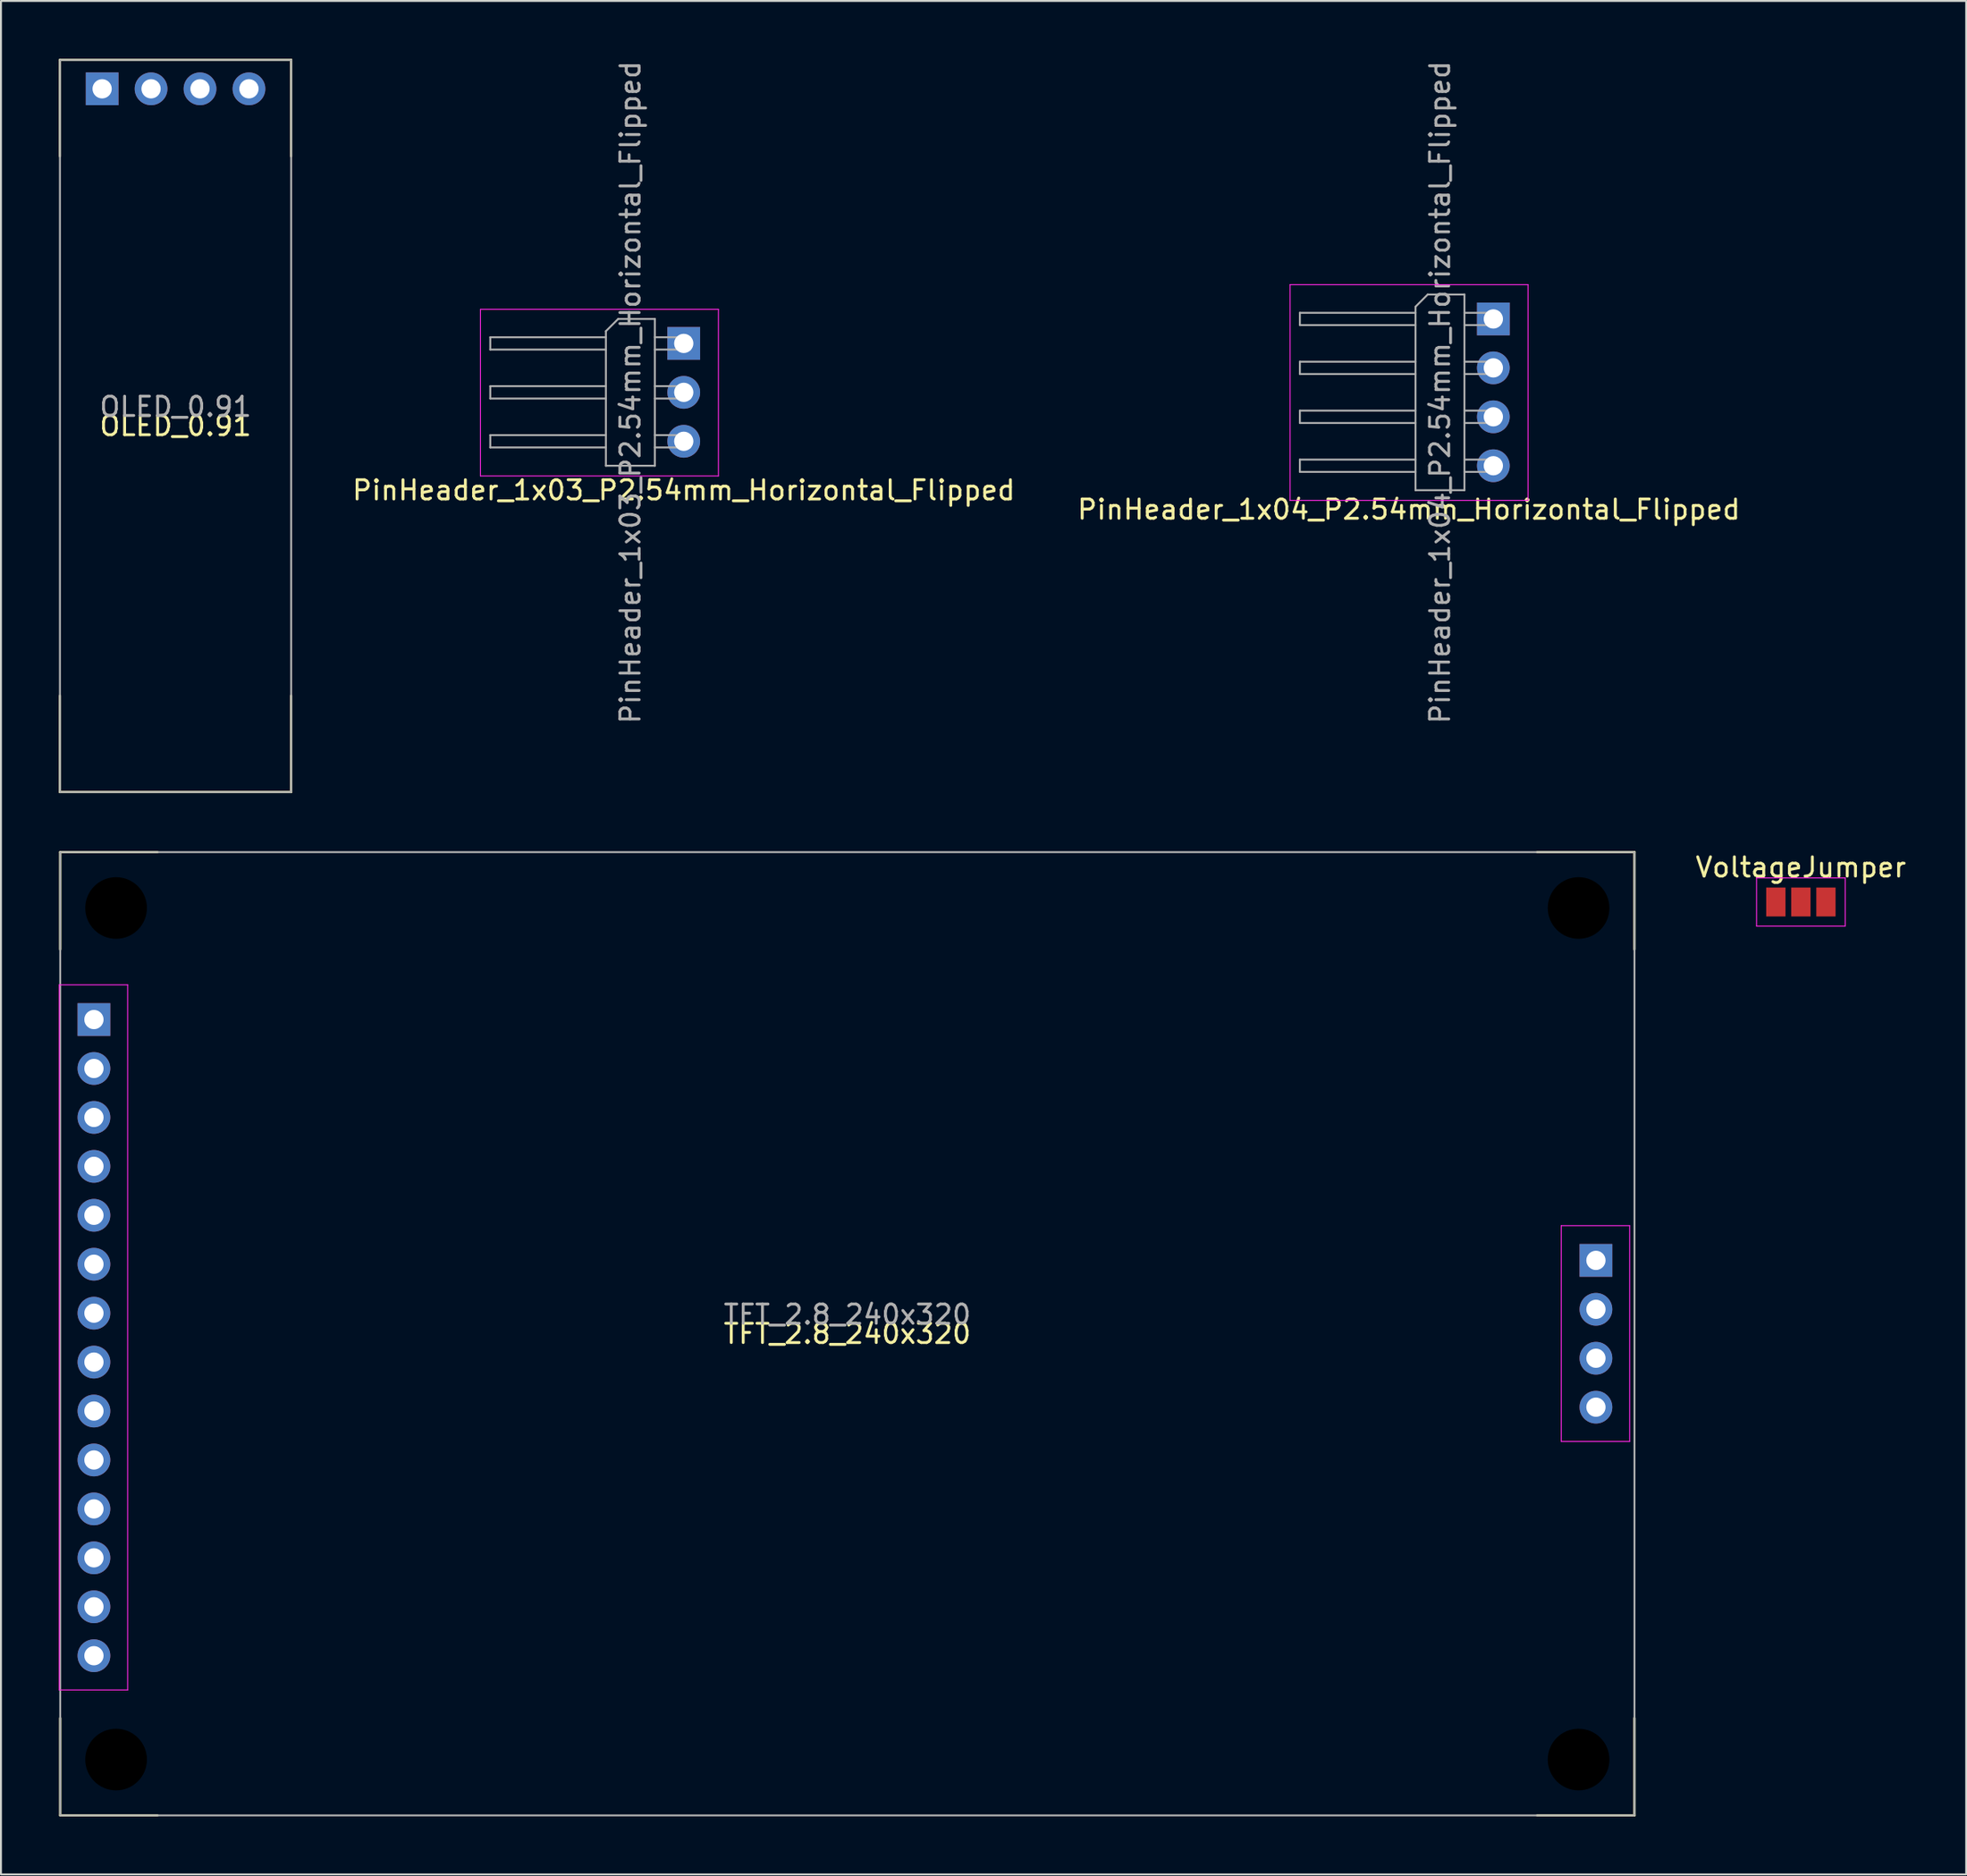
<source format=kicad_pcb>
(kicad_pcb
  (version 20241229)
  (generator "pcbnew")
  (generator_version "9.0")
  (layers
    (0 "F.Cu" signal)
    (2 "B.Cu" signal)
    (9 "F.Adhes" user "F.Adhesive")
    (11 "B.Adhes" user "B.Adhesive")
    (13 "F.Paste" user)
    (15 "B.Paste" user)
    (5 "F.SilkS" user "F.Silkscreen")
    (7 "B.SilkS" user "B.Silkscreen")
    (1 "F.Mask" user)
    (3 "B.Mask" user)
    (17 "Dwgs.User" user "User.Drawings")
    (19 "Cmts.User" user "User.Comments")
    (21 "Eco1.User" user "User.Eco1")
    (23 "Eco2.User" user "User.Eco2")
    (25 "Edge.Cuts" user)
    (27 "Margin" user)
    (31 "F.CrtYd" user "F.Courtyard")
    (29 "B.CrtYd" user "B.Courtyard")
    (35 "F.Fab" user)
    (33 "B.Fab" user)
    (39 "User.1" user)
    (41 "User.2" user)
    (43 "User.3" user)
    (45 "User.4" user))
  (footprint "PinHeader_1x03_P2.54mm_Horizontal_Flipped"
    (layer "F.Cu")
    (at 32.435 14.775)
    (property "Reference" "PinHeader_1x03_P2.54mm_Horizontal_Flipped" (at 0 7.62 180) (layer "F.SilkS") (effects (font (size 1 1) (thickness 0.15))))
    (attr through_hole)
    (fp_line (start -10.55 -1.77) (end -10.55 6.88) (stroke (width 0.05) (type solid)) (layer "F.CrtYd"))
    (fp_line (start -10.55 6.88) (end 1.8 6.88) (stroke (width 0.05) (type solid)) (layer "F.CrtYd"))
    (fp_line (start 1.8 -1.77) (end -10.55 -1.77) (stroke (width 0.05) (type solid)) (layer "F.CrtYd"))
    (fp_line (start 1.8 6.88) (end 1.8 -1.77) (stroke (width 0.05) (type solid)) (layer "F.CrtYd"))
    (fp_line (start -10.04 0.32) (end -10.04 -0.32) (stroke (width 0.1) (type solid)) (layer "F.Fab"))
    (fp_line (start -10.04 2.86) (end -10.04 2.22) (stroke (width 0.1) (type solid)) (layer "F.Fab"))
    (fp_line (start -10.04 5.4) (end -10.04 4.76) (stroke (width 0.1) (type solid)) (layer "F.Fab"))
    (fp_line (start -4.04 -0.32) (end -10.04 -0.32) (stroke (width 0.1) (type solid)) (layer "F.Fab"))
    (fp_line (start -4.04 0.32) (end -10.04 0.32) (stroke (width 0.1) (type solid)) (layer "F.Fab"))
    (fp_line (start -4.04 2.22) (end -10.04 2.22) (stroke (width 0.1) (type solid)) (layer "F.Fab"))
    (fp_line (start -4.04 2.86) (end -10.04 2.86) (stroke (width 0.1) (type solid)) (layer "F.Fab"))
    (fp_line (start -4.04 4.76) (end -10.04 4.76) (stroke (width 0.1) (type solid)) (layer "F.Fab"))
    (fp_line (start -4.04 5.4) (end -10.04 5.4) (stroke (width 0.1) (type solid)) (layer "F.Fab"))
    (fp_line (start -4.04 6.35) (end -4.04 -0.635) (stroke (width 0.1) (type solid)) (layer "F.Fab"))
    (fp_line (start -3.404 -1.27) (end -4.04 -0.635) (stroke (width 0.1) (type solid)) (layer "F.Fab"))
    (fp_line (start -3.404 -1.27) (end -1.5 -1.27) (stroke (width 0.1) (type solid)) (layer "F.Fab"))
    (fp_line (start -1.5 -1.27) (end -1.5 6.35) (stroke (width 0.1) (type solid)) (layer "F.Fab"))
    (fp_line (start -1.5 6.35) (end -4.04 6.35) (stroke (width 0.1) (type solid)) (layer "F.Fab"))
    (fp_line (start 0.32 -0.32) (end -1.5 -0.32) (stroke (width 0.1) (type solid)) (layer "F.Fab"))
    (fp_line (start 0.32 0.32) (end -1.5 0.32) (stroke (width 0.1) (type solid)) (layer "F.Fab"))
    (fp_line (start 0.32 0.32) (end 0.32 -0.32) (stroke (width 0.1) (type solid)) (layer "F.Fab"))
    (fp_line (start 0.32 2.22) (end -1.5 2.22) (stroke (width 0.1) (type solid)) (layer "F.Fab"))
    (fp_line (start 0.32 2.86) (end -1.5 2.86) (stroke (width 0.1) (type solid)) (layer "F.Fab"))
    (fp_line (start 0.32 2.86) (end 0.32 2.22) (stroke (width 0.1) (type solid)) (layer "F.Fab"))
    (fp_line (start 0.32 4.76) (end -1.5 4.76) (stroke (width 0.1) (type solid)) (layer "F.Fab"))
    (fp_line (start 0.32 5.4) (end -1.5 5.4) (stroke (width 0.1) (type solid)) (layer "F.Fab"))
    (fp_line (start 0.32 5.4) (end 0.32 4.76) (stroke (width 0.1) (type solid)) (layer "F.Fab"))
    (fp_text user "${REFERENCE}" (at -2.77 2.54 270) (layer "F.Fab") (effects (font (size 1 1) (thickness 0.15))))
    (pad "1" thru_hole rect (at 0 0) (size 1.7 1.7) (drill 1) (layers "*.Cu" "*.Mask"))
    (pad "2" thru_hole oval (at 0 2.54) (size 1.7 1.7) (drill 1) (layers "*.Cu" "*.Mask"))
    (pad "3" thru_hole oval (at 0 5.08) (size 1.7 1.7) (drill 1) (layers "*.Cu" "*.Mask")))
  (footprint "TFT_2.8_240x320"
    (layer "F.Cu")
    (at 40.925 66.18)
    (property "Reference" "TFT_2.8_240x320" (at 0 0 0) (unlocked yes) (layer "F.SilkS") (effects (font (size 1 1) (thickness 0.15))))
    (attr through_hole)
    (fp_line (start -40.85 -25) (end -35.8 -25) (stroke (width 0.12) (type solid)) (layer "F.SilkS"))
    (fp_line (start -40.85 -19.95) (end -40.85 -25) (stroke (width 0.12) (type solid)) (layer "F.SilkS"))
    (fp_line (start -40.85 25) (end -40.85 19.95) (stroke (width 0.12) (type solid)) (layer "F.SilkS"))
    (fp_line (start -35.8 25) (end -40.85 25) (stroke (width 0.12) (type solid)) (layer "F.SilkS"))
    (fp_line (start 35.8 -25) (end 40.85 -25) (stroke (width 0.12) (type solid)) (layer "F.SilkS"))
    (fp_line (start 40.85 -25) (end 40.85 -19.95) (stroke (width 0.12) (type solid)) (layer "F.SilkS"))
    (fp_line (start 40.85 19.95) (end 40.85 25) (stroke (width 0.12) (type solid)) (layer "F.SilkS"))
    (fp_line (start 40.85 25) (end 35.8 25) (stroke (width 0.12) (type solid)) (layer "F.SilkS"))
    (fp_line (start -40.9 -18.11) (end -37.35 -18.11) (stroke (width 0.05) (type solid)) (layer "F.CrtYd"))
    (fp_line (start -40.9 18.49) (end -40.9 -18.11) (stroke (width 0.05) (type solid)) (layer "F.CrtYd"))
    (fp_line (start -37.35 -18.11) (end -37.35 18.49) (stroke (width 0.05) (type solid)) (layer "F.CrtYd"))
    (fp_line (start -37.35 18.49) (end -40.9 18.49) (stroke (width 0.05) (type solid)) (layer "F.CrtYd"))
    (fp_line (start 37.05 -5.61) (end 40.6 -5.61) (stroke (width 0.05) (type solid)) (layer "F.CrtYd"))
    (fp_line (start 37.05 5.59) (end 37.05 -5.61) (stroke (width 0.05) (type solid)) (layer "F.CrtYd"))
    (fp_line (start 40.6 -5.61) (end 40.6 5.59) (stroke (width 0.05) (type solid)) (layer "F.CrtYd"))
    (fp_line (start 40.6 5.59) (end 37.05 5.59) (stroke (width 0.05) (type solid)) (layer "F.CrtYd"))
    (fp_rect (start 40.85 -25) (end -40.85 25) (stroke (width 0.1) (type solid)) (fill no) (layer "F.Fab"))
    (fp_text user "${REFERENCE}" (at 0 -1 0) (unlocked yes) (layer "F.Fab") (effects (font (size 1 1) (thickness 0.15))))
    (pad "" np_thru_hole circle (at -37.95 -22.1 270) (size 3.2 3.2) (drill 3.2) (layers "*.Mask"))
    (pad "" np_thru_hole circle (at -37.95 22.1 270) (size 3.2 3.2) (drill 3.2) (layers "*.Mask"))
    (pad "" np_thru_hole circle (at 37.95 -22.1 270) (size 3.2 3.2) (drill 3.2) (layers "*.Mask"))
    (pad "" np_thru_hole circle (at 37.95 22.1 270) (size 3.2 3.2) (drill 3.2) (layers "*.Mask"))
    (pad "1" thru_hole rect (at -39.1 -16.31) (size 1.7 1.7) (drill 1) (layers "*.Cu" "*.Mask"))
    (pad "2" thru_hole oval (at -39.1 -13.77) (size 1.7 1.7) (drill 1) (layers "*.Cu" "*.Mask"))
    (pad "3" thru_hole oval (at -39.1 -11.23) (size 1.7 1.7) (drill 1) (layers "*.Cu" "*.Mask"))
    (pad "4" thru_hole oval (at -39.1 -8.69) (size 1.7 1.7) (drill 1) (layers "*.Cu" "*.Mask"))
    (pad "5" thru_hole oval (at -39.1 -6.15) (size 1.7 1.7) (drill 1) (layers "*.Cu" "*.Mask"))
    (pad "6" thru_hole oval (at -39.1 -3.61) (size 1.7 1.7) (drill 1) (layers "*.Cu" "*.Mask"))
    (pad "7" thru_hole oval (at -39.1 -1.07) (size 1.7 1.7) (drill 1) (layers "*.Cu" "*.Mask"))
    (pad "8" thru_hole oval (at -39.1 1.47) (size 1.7 1.7) (drill 1) (layers "*.Cu" "*.Mask"))
    (pad "9" thru_hole oval (at -39.1 4.01) (size 1.7 1.7) (drill 1) (layers "*.Cu" "*.Mask"))
    (pad "10" thru_hole oval (at -39.1 6.55) (size 1.7 1.7) (drill 1) (layers "*.Cu" "*.Mask"))
    (pad "11" thru_hole oval (at -39.1 9.09) (size 1.7 1.7) (drill 1) (layers "*.Cu" "*.Mask"))
    (pad "12" thru_hole oval (at -39.1 11.63) (size 1.7 1.7) (drill 1) (layers "*.Cu" "*.Mask"))
    (pad "13" thru_hole oval (at -39.1 14.17) (size 1.7 1.7) (drill 1) (layers "*.Cu" "*.Mask"))
    (pad "14" thru_hole oval (at -39.1 16.71) (size 1.7 1.7) (drill 1) (layers "*.Cu" "*.Mask"))
    (pad "15" thru_hole rect (at 38.85 -3.81) (size 1.7 1.7) (drill 1) (layers "*.Cu" "*.Mask"))
    (pad "16" thru_hole oval (at 38.85 -1.27) (size 1.7 1.7) (drill 1) (layers "*.Cu" "*.Mask"))
    (pad "17" thru_hole oval (at 38.85 1.27) (size 1.7 1.7) (drill 1) (layers "*.Cu" "*.Mask"))
    (pad "18" thru_hole oval (at 38.85 3.81) (size 1.7 1.7) (drill 1) (layers "*.Cu" "*.Mask")))
  (footprint "VoltageJumper"
    (layer "F.Cu")
    (at 90.412 43.768)
    (property "Reference" "VoltageJumper" (at 0 -1.8 0) (layer "F.SilkS") (effects (font (size 1 1) (thickness 0.15))))
    (attr exclude_from_pos_files exclude_from_bom)
    (fp_line (start -2.3 -1.25) (end -2.3 1.25) (stroke (width 0.05) (type solid)) (layer "F.CrtYd"))
    (fp_line (start -2.3 -1.25) (end 2.3 -1.25) (stroke (width 0.05) (type solid)) (layer "F.CrtYd"))
    (fp_line (start 2.3 1.25) (end -2.3 1.25) (stroke (width 0.05) (type solid)) (layer "F.CrtYd"))
    (fp_line (start 2.3 1.25) (end 2.3 -1.25) (stroke (width 0.05) (type solid)) (layer "F.CrtYd"))
    (pad "1" smd rect (at -1.3 0) (size 1 1.5) (layers "F.Cu" "F.Mask"))
    (pad "2" smd rect (at 0 0) (size 1 1.5) (layers "F.Cu" "F.Mask"))
    (pad "3" smd rect (at 1.3 0) (size 1 1.5) (layers "F.Cu" "F.Mask")))
  (footprint "OLED_0.91"
    (layer "F.Cu")
    (at 6.06 19.06)
    (property "Reference" "OLED_0.91" (at 0 0 0) (unlocked yes) (layer "F.SilkS") (effects (font (size 1 1) (thickness 0.15))))
    (attr through_hole)
    (fp_line (start -6 -19) (end -6 -14) (stroke (width 0.12) (type solid)) (layer "F.SilkS"))
    (fp_line (start -6 19) (end -6 14) (stroke (width 0.12) (type solid)) (layer "F.SilkS"))
    (fp_line (start 6 -19) (end -6 -19) (stroke (width 0.12) (type solid)) (layer "F.SilkS"))
    (fp_line (start 6 -19) (end 6 -14) (stroke (width 0.12) (type solid)) (layer "F.SilkS"))
    (fp_line (start 6 19) (end -6 19) (stroke (width 0.12) (type solid)) (layer "F.SilkS"))
    (fp_line (start 6 19) (end 6 14) (stroke (width 0.12) (type solid)) (layer "F.SilkS"))
    (fp_rect (start 6 -19) (end -6 19) (stroke (width 0.1) (type solid)) (fill no) (layer "F.Fab"))
    (fp_text user "${REFERENCE}" (at 0 -1 0) (unlocked yes) (layer "F.Fab") (effects (font (size 1 1) (thickness 0.15))))
    (pad "1" thru_hole rect (at -3.81 -17.5 90) (size 1.7 1.7) (drill 1) (layers "*.Cu" "*.Mask"))
    (pad "2" thru_hole oval (at -1.27 -17.5 90) (size 1.7 1.7) (drill 1) (layers "*.Cu" "*.Mask"))
    (pad "3" thru_hole oval (at 1.27 -17.5 90) (size 1.7 1.7) (drill 1) (layers "*.Cu" "*.Mask"))
    (pad "4" thru_hole oval (at 3.81 -17.5 90) (size 1.7 1.7) (drill 1) (layers "*.Cu" "*.Mask")))
  (footprint "PinHeader_1x04_P2.54mm_Horizontal_Flipped"
    (layer "F.Cu")
    (at 74.451 13.505)
    (property "Reference" "PinHeader_1x04_P2.54mm_Horizontal_Flipped" (at -4.385 9.89 180) (layer "F.SilkS") (effects (font (size 1 1) (thickness 0.15))))
    (attr through_hole)
    (fp_line (start -10.55 -1.78) (end -10.55 9.42) (stroke (width 0.05) (type solid)) (layer "F.CrtYd"))
    (fp_line (start -10.55 9.42) (end 1.8 9.42) (stroke (width 0.05) (type solid)) (layer "F.CrtYd"))
    (fp_line (start 1.8 -1.78) (end -10.55 -1.78) (stroke (width 0.05) (type solid)) (layer "F.CrtYd"))
    (fp_line (start 1.8 9.42) (end 1.8 -1.78) (stroke (width 0.05) (type solid)) (layer "F.CrtYd"))
    (fp_line (start -10.04 0.32) (end -10.04 -0.32) (stroke (width 0.1) (type solid)) (layer "F.Fab"))
    (fp_line (start -10.04 2.86) (end -10.04 2.22) (stroke (width 0.1) (type solid)) (layer "F.Fab"))
    (fp_line (start -10.04 5.4) (end -10.04 4.76) (stroke (width 0.1) (type solid)) (layer "F.Fab"))
    (fp_line (start -10.04 7.94) (end -10.04 7.3) (stroke (width 0.1) (type solid)) (layer "F.Fab"))
    (fp_line (start -4.04 -0.635) (end -3.405 -1.27) (stroke (width 0.1) (type solid)) (layer "F.Fab"))
    (fp_line (start -4.04 -0.32) (end -10.04 -0.32) (stroke (width 0.1) (type solid)) (layer "F.Fab"))
    (fp_line (start -4.04 0.32) (end -10.04 0.32) (stroke (width 0.1) (type solid)) (layer "F.Fab"))
    (fp_line (start -4.04 2.22) (end -10.04 2.22) (stroke (width 0.1) (type solid)) (layer "F.Fab"))
    (fp_line (start -4.04 2.86) (end -10.04 2.86) (stroke (width 0.1) (type solid)) (layer "F.Fab"))
    (fp_line (start -4.04 4.76) (end -10.04 4.76) (stroke (width 0.1) (type solid)) (layer "F.Fab"))
    (fp_line (start -4.04 5.4) (end -10.04 5.4) (stroke (width 0.1) (type solid)) (layer "F.Fab"))
    (fp_line (start -4.04 7.3) (end -10.04 7.3) (stroke (width 0.1) (type solid)) (layer "F.Fab"))
    (fp_line (start -4.04 7.94) (end -10.04 7.94) (stroke (width 0.1) (type solid)) (layer "F.Fab"))
    (fp_line (start -4.04 8.89) (end -4.04 -0.635) (stroke (width 0.1) (type solid)) (layer "F.Fab"))
    (fp_line (start -3.405 -1.27) (end -1.5 -1.27) (stroke (width 0.1) (type solid)) (layer "F.Fab"))
    (fp_line (start -1.5 -1.27) (end -1.5 8.89) (stroke (width 0.1) (type solid)) (layer "F.Fab"))
    (fp_line (start -1.5 8.89) (end -4.04 8.89) (stroke (width 0.1) (type solid)) (layer "F.Fab"))
    (fp_line (start 0.32 -0.32) (end -1.5 -0.32) (stroke (width 0.1) (type solid)) (layer "F.Fab"))
    (fp_line (start 0.32 0.32) (end -1.5 0.32) (stroke (width 0.1) (type solid)) (layer "F.Fab"))
    (fp_line (start 0.32 0.32) (end 0.32 -0.32) (stroke (width 0.1) (type solid)) (layer "F.Fab"))
    (fp_line (start 0.32 2.22) (end -1.5 2.22) (stroke (width 0.1) (type solid)) (layer "F.Fab"))
    (fp_line (start 0.32 2.86) (end -1.5 2.86) (stroke (width 0.1) (type solid)) (layer "F.Fab"))
    (fp_line (start 0.32 2.86) (end 0.32 2.22) (stroke (width 0.1) (type solid)) (layer "F.Fab"))
    (fp_line (start 0.32 4.76) (end -1.5 4.76) (stroke (width 0.1) (type solid)) (layer "F.Fab"))
    (fp_line (start 0.32 5.4) (end -1.5 5.4) (stroke (width 0.1) (type solid)) (layer "F.Fab"))
    (fp_line (start 0.32 5.4) (end 0.32 4.76) (stroke (width 0.1) (type solid)) (layer "F.Fab"))
    (fp_line (start 0.32 7.3) (end -1.5 7.3) (stroke (width 0.1) (type solid)) (layer "F.Fab"))
    (fp_line (start 0.32 7.94) (end -1.5 7.94) (stroke (width 0.1) (type solid)) (layer "F.Fab"))
    (fp_line (start 0.32 7.94) (end 0.32 7.3) (stroke (width 0.1) (type solid)) (layer "F.Fab"))
    (fp_text user "${REFERENCE}" (at -2.77 3.81 270) (layer "F.Fab") (effects (font (size 1 1) (thickness 0.15))))
    (pad "1" thru_hole rect (at 0 0) (size 1.7 1.7) (drill 1) (layers "*.Cu" "*.Mask"))
    (pad "2" thru_hole oval (at 0 2.54) (size 1.7 1.7) (drill 1) (layers "*.Cu" "*.Mask"))
    (pad "3" thru_hole oval (at 0 5.08) (size 1.7 1.7) (drill 1) (layers "*.Cu" "*.Mask"))
    (pad "4" thru_hole oval (at 0 7.62) (size 1.7 1.7) (drill 1) (layers "*.Cu" "*.Mask")))
  (gr_rect
    (start -3 -3)
    (end 98.99 94.24)
    (stroke (width 0.1) (type default))
    (fill no)
    (layer "Edge.Cuts")))
</source>
